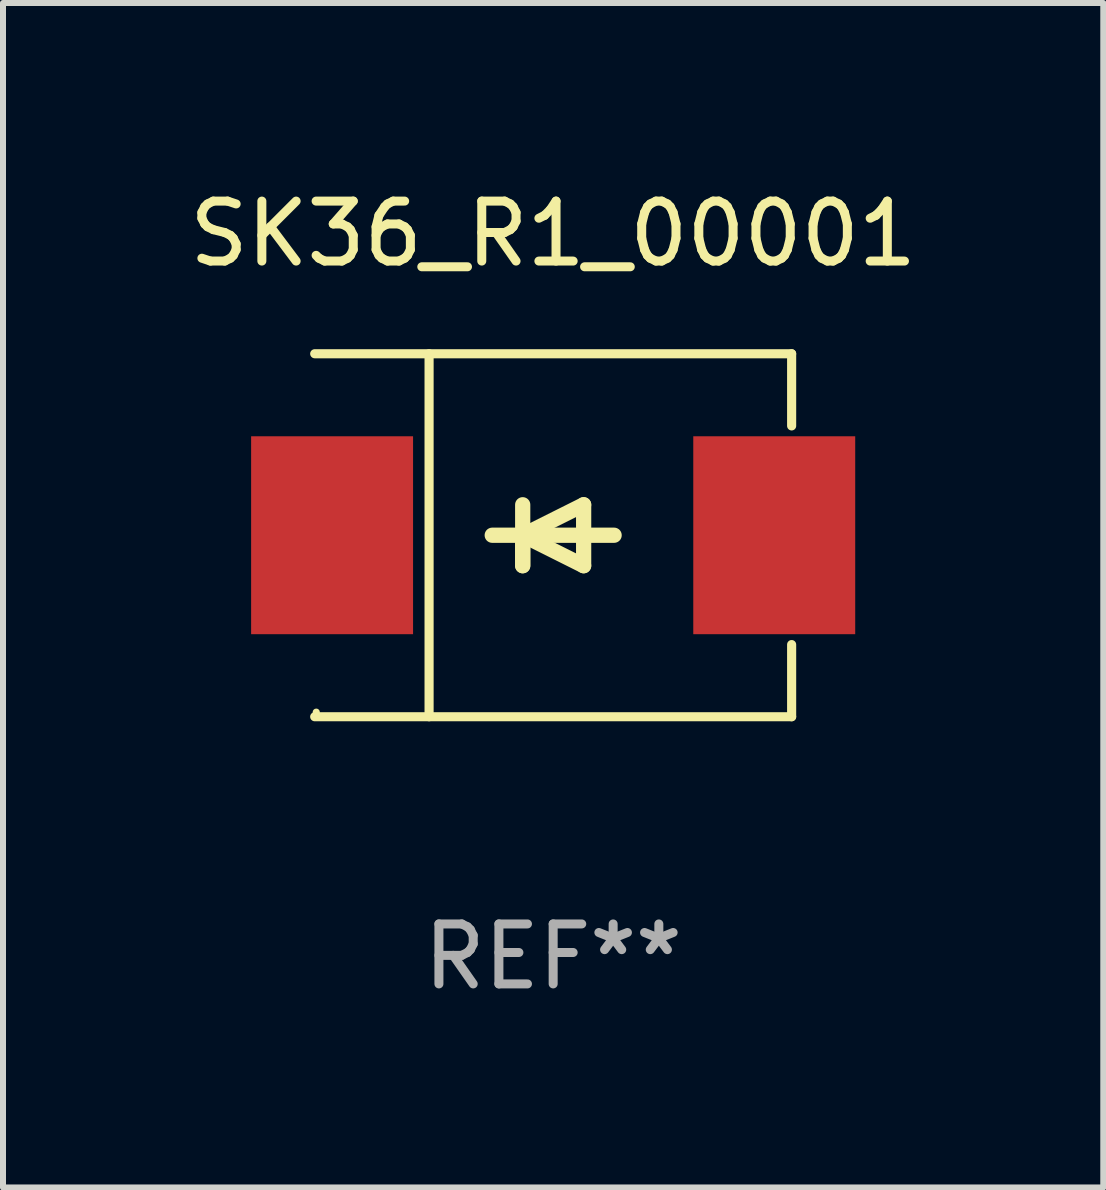
<source format=kicad_pcb>
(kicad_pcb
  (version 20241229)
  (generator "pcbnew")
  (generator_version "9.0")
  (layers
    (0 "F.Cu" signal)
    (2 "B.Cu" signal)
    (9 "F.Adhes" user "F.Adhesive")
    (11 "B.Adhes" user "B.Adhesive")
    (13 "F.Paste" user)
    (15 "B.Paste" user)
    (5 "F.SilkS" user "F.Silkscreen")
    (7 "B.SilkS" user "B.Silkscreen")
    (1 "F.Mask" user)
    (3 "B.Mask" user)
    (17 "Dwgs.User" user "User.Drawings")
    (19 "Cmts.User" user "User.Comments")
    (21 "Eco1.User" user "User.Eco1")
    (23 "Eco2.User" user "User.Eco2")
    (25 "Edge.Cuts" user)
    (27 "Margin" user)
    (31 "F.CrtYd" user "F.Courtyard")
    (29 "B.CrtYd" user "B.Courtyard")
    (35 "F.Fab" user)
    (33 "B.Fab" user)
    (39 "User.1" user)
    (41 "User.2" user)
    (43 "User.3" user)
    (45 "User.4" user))
  (footprint "SK36_R1_00001"
    (layer "F.Cu")
    (at 6.173 5.874)
    (property "Reference" "SK36_R1_00001" (at 0 -5.026 0) (layer "F.SilkS") (effects (font (size 1 1) (thickness 0.15))))
    (attr through_hole)
    (fp_line (start -3.976 -3.026) (end 3.976 -3.026) (stroke (width 0.152) (type solid)) (layer "F.SilkS"))
    (fp_line (start -3.976 3.026) (end 3.976 3.026) (stroke (width 0.152) (type solid)) (layer "F.SilkS"))
    (fp_line (start -2.069 -3.026) (end -2.069 3.026) (stroke (width 0.152) (type solid)) (layer "F.SilkS"))
    (fp_line (start -0.508 0) (end -0.508 0.508) (stroke (width 0.254) (type solid)) (layer "F.SilkS"))
    (fp_line (start -0.508 0) (end 0.508 0.508) (stroke (width 0.254) (type solid)) (layer "F.SilkS"))
    (fp_line (start -0.508 0.508) (end -0.508 -0.508) (stroke (width 0.254) (type solid)) (layer "F.SilkS"))
    (fp_line (start 0.508 -0.508) (end -0.508 0) (stroke (width 0.254) (type solid)) (layer "F.SilkS"))
    (fp_line (start 0.508 0.508) (end 0.508 -0.508) (stroke (width 0.254) (type solid)) (layer "F.SilkS"))
    (fp_line (start 1.016 0) (end -1.016 0) (stroke (width 0.254) (type solid)) (layer "F.SilkS"))
    (fp_line (start 3.976 -3.026) (end 3.976 -1.823) (stroke (width 0.152) (type solid)) (layer "F.SilkS"))
    (fp_line (start 3.976 3.026) (end 3.976 1.823) (stroke (width 0.152) (type solid)) (layer "F.SilkS"))
    (fp_circle (center -3.95 2.95) (end -3.92 2.95) (stroke (width 0.06) (type solid)) (fill no) (layer "F.SilkS"))
    (fp_text user "REF**" (at 0 7.026 0) (layer "F.Fab") (effects (font (size 1 1) (thickness 0.15))))
    (pad "1" smd rect (at -3.686 0) (size 2.7 3.3) (layers "F.Cu" "F.Mask" "F.Paste"))
    (pad "2" smd rect (at 3.686 0) (size 2.7 3.3) (layers "F.Cu" "F.Mask" "F.Paste")))
  (gr_rect
    (start -3 -3)
    (end 15.345 16.749)
    (stroke (width 0.1) (type default))
    (fill no)
    (layer "Edge.Cuts")))
</source>
